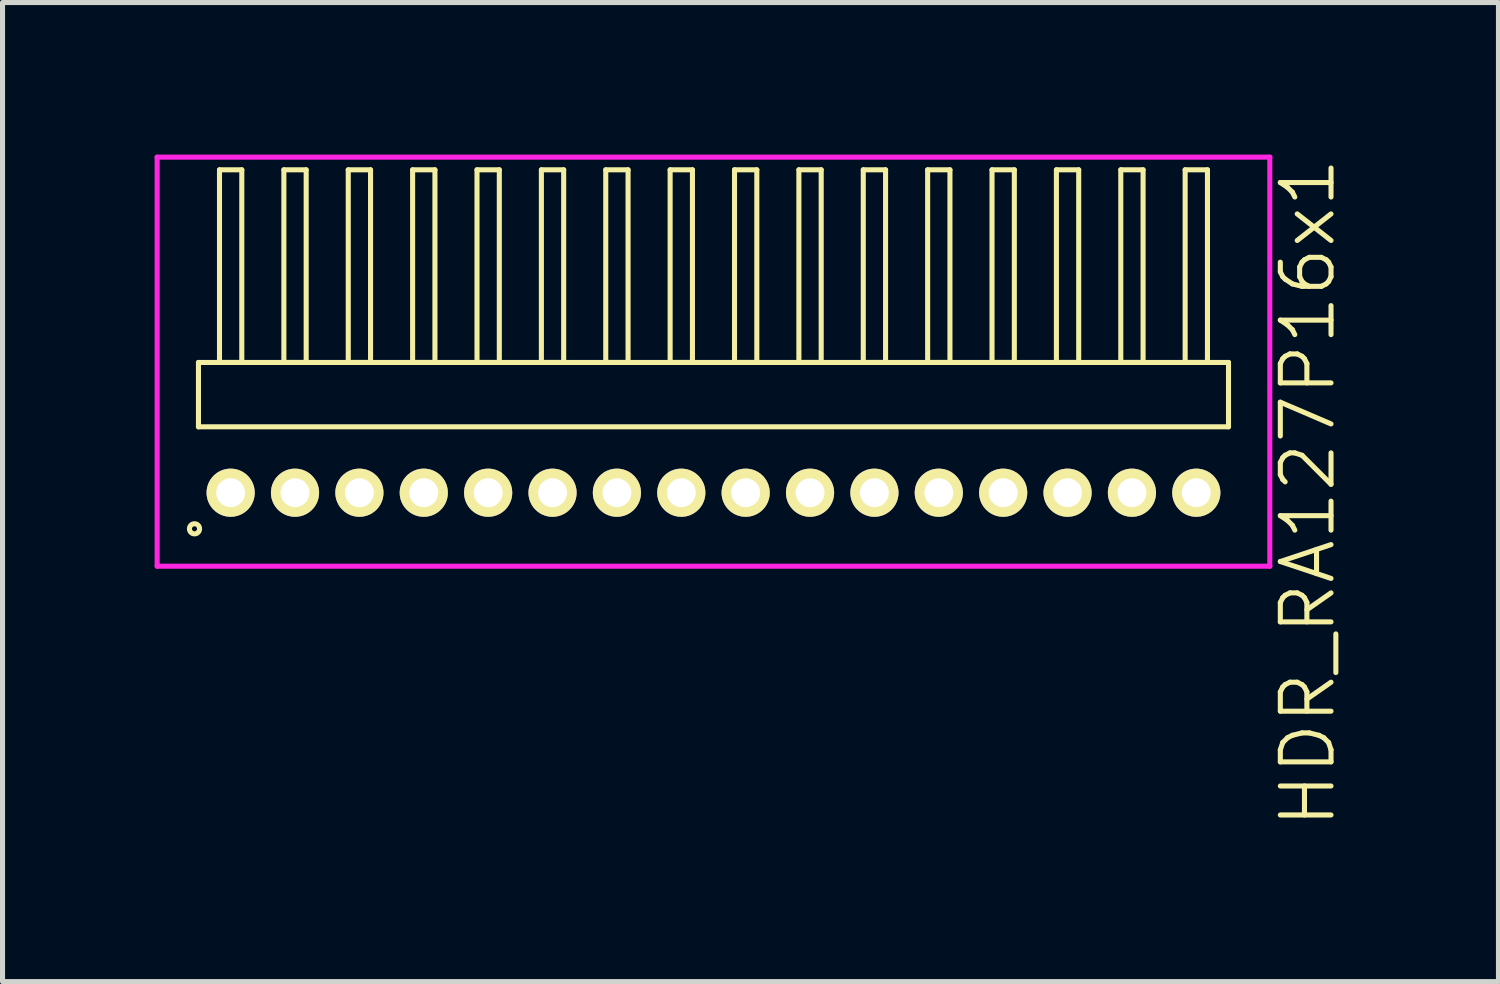
<source format=kicad_pcb>
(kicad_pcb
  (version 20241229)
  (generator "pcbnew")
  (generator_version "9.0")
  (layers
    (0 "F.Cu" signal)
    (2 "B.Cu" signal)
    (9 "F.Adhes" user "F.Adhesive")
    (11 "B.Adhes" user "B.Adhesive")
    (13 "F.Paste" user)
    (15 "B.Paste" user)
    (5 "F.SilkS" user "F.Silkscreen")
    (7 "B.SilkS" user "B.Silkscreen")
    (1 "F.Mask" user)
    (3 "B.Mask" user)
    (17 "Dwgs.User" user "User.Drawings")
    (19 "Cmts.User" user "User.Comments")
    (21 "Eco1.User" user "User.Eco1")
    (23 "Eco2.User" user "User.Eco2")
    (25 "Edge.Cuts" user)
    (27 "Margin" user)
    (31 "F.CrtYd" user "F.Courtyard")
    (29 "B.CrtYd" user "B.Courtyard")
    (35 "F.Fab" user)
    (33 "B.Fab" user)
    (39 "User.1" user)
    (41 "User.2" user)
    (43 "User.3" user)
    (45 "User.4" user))
  (footprint "HDR_RA127P16x1"
    (layer "F.Cu")
    (at 11.025 6.67)
    (property "Reference" "HDR_RA127P16x1" (at 11.725 0 90) (layer "F.SilkS") (effects (font (size 1 1) (thickness 0.1))))
    (attr through_hole)
    (fp_line (start -10.16 -2.57) (end -10.16 -1.3) (stroke (width 0.1) (type solid)) (layer "F.SilkS"))
    (fp_line (start -10.16 -1.3) (end 10.16 -1.3) (stroke (width 0.1) (type solid)) (layer "F.SilkS"))
    (fp_line (start -9.745 -6.37) (end -9.745 -2.57) (stroke (width 0.1) (type solid)) (layer "F.SilkS"))
    (fp_line (start -9.745 -2.57) (end -9.305 -2.57) (stroke (width 0.1) (type solid)) (layer "F.SilkS"))
    (fp_line (start -9.305 -6.37) (end -9.745 -6.37) (stroke (width 0.1) (type solid)) (layer "F.SilkS"))
    (fp_line (start -9.305 -2.57) (end -9.305 -6.37) (stroke (width 0.1) (type solid)) (layer "F.SilkS"))
    (fp_line (start -8.475 -6.37) (end -8.475 -2.57) (stroke (width 0.1) (type solid)) (layer "F.SilkS"))
    (fp_line (start -8.475 -2.57) (end -8.035 -2.57) (stroke (width 0.1) (type solid)) (layer "F.SilkS"))
    (fp_line (start -8.035 -6.37) (end -8.475 -6.37) (stroke (width 0.1) (type solid)) (layer "F.SilkS"))
    (fp_line (start -8.035 -2.57) (end -8.035 -6.37) (stroke (width 0.1) (type solid)) (layer "F.SilkS"))
    (fp_line (start -7.205 -6.37) (end -7.205 -2.57) (stroke (width 0.1) (type solid)) (layer "F.SilkS"))
    (fp_line (start -7.205 -2.57) (end -6.765 -2.57) (stroke (width 0.1) (type solid)) (layer "F.SilkS"))
    (fp_line (start -6.765 -6.37) (end -7.205 -6.37) (stroke (width 0.1) (type solid)) (layer "F.SilkS"))
    (fp_line (start -6.765 -2.57) (end -6.765 -6.37) (stroke (width 0.1) (type solid)) (layer "F.SilkS"))
    (fp_line (start -5.935 -6.37) (end -5.935 -2.57) (stroke (width 0.1) (type solid)) (layer "F.SilkS"))
    (fp_line (start -5.935 -2.57) (end -5.495 -2.57) (stroke (width 0.1) (type solid)) (layer "F.SilkS"))
    (fp_line (start -5.495 -6.37) (end -5.935 -6.37) (stroke (width 0.1) (type solid)) (layer "F.SilkS"))
    (fp_line (start -5.495 -2.57) (end -5.495 -6.37) (stroke (width 0.1) (type solid)) (layer "F.SilkS"))
    (fp_line (start -4.665 -6.37) (end -4.665 -2.57) (stroke (width 0.1) (type solid)) (layer "F.SilkS"))
    (fp_line (start -4.665 -2.57) (end -4.225 -2.57) (stroke (width 0.1) (type solid)) (layer "F.SilkS"))
    (fp_line (start -4.225 -6.37) (end -4.665 -6.37) (stroke (width 0.1) (type solid)) (layer "F.SilkS"))
    (fp_line (start -4.225 -2.57) (end -4.225 -6.37) (stroke (width 0.1) (type solid)) (layer "F.SilkS"))
    (fp_line (start -3.395 -6.37) (end -3.395 -2.57) (stroke (width 0.1) (type solid)) (layer "F.SilkS"))
    (fp_line (start -3.395 -2.57) (end -2.955 -2.57) (stroke (width 0.1) (type solid)) (layer "F.SilkS"))
    (fp_line (start -2.955 -6.37) (end -3.395 -6.37) (stroke (width 0.1) (type solid)) (layer "F.SilkS"))
    (fp_line (start -2.955 -2.57) (end -2.955 -6.37) (stroke (width 0.1) (type solid)) (layer "F.SilkS"))
    (fp_line (start -2.125 -6.37) (end -2.125 -2.57) (stroke (width 0.1) (type solid)) (layer "F.SilkS"))
    (fp_line (start -2.125 -2.57) (end -1.685 -2.57) (stroke (width 0.1) (type solid)) (layer "F.SilkS"))
    (fp_line (start -1.685 -6.37) (end -2.125 -6.37) (stroke (width 0.1) (type solid)) (layer "F.SilkS"))
    (fp_line (start -1.685 -2.57) (end -1.685 -6.37) (stroke (width 0.1) (type solid)) (layer "F.SilkS"))
    (fp_line (start -0.855 -6.37) (end -0.855 -2.57) (stroke (width 0.1) (type solid)) (layer "F.SilkS"))
    (fp_line (start -0.855 -2.57) (end -0.415 -2.57) (stroke (width 0.1) (type solid)) (layer "F.SilkS"))
    (fp_line (start -0.415 -6.37) (end -0.855 -6.37) (stroke (width 0.1) (type solid)) (layer "F.SilkS"))
    (fp_line (start -0.415 -2.57) (end -0.415 -6.37) (stroke (width 0.1) (type solid)) (layer "F.SilkS"))
    (fp_line (start 0.415 -6.37) (end 0.415 -2.57) (stroke (width 0.1) (type solid)) (layer "F.SilkS"))
    (fp_line (start 0.415 -2.57) (end 0.855 -2.57) (stroke (width 0.1) (type solid)) (layer "F.SilkS"))
    (fp_line (start 0.855 -6.37) (end 0.415 -6.37) (stroke (width 0.1) (type solid)) (layer "F.SilkS"))
    (fp_line (start 0.855 -2.57) (end 0.855 -6.37) (stroke (width 0.1) (type solid)) (layer "F.SilkS"))
    (fp_line (start 1.685 -6.37) (end 1.685 -2.57) (stroke (width 0.1) (type solid)) (layer "F.SilkS"))
    (fp_line (start 1.685 -2.57) (end 2.125 -2.57) (stroke (width 0.1) (type solid)) (layer "F.SilkS"))
    (fp_line (start 2.125 -6.37) (end 1.685 -6.37) (stroke (width 0.1) (type solid)) (layer "F.SilkS"))
    (fp_line (start 2.125 -2.57) (end 2.125 -6.37) (stroke (width 0.1) (type solid)) (layer "F.SilkS"))
    (fp_line (start 2.955 -6.37) (end 2.955 -2.57) (stroke (width 0.1) (type solid)) (layer "F.SilkS"))
    (fp_line (start 2.955 -2.57) (end 3.395 -2.57) (stroke (width 0.1) (type solid)) (layer "F.SilkS"))
    (fp_line (start 3.395 -6.37) (end 2.955 -6.37) (stroke (width 0.1) (type solid)) (layer "F.SilkS"))
    (fp_line (start 3.395 -2.57) (end 3.395 -6.37) (stroke (width 0.1) (type solid)) (layer "F.SilkS"))
    (fp_line (start 4.225 -6.37) (end 4.225 -2.57) (stroke (width 0.1) (type solid)) (layer "F.SilkS"))
    (fp_line (start 4.225 -2.57) (end 4.665 -2.57) (stroke (width 0.1) (type solid)) (layer "F.SilkS"))
    (fp_line (start 4.665 -6.37) (end 4.225 -6.37) (stroke (width 0.1) (type solid)) (layer "F.SilkS"))
    (fp_line (start 4.665 -2.57) (end 4.665 -6.37) (stroke (width 0.1) (type solid)) (layer "F.SilkS"))
    (fp_line (start 5.495 -6.37) (end 5.495 -2.57) (stroke (width 0.1) (type solid)) (layer "F.SilkS"))
    (fp_line (start 5.495 -2.57) (end 5.935 -2.57) (stroke (width 0.1) (type solid)) (layer "F.SilkS"))
    (fp_line (start 5.935 -6.37) (end 5.495 -6.37) (stroke (width 0.1) (type solid)) (layer "F.SilkS"))
    (fp_line (start 5.935 -2.57) (end 5.935 -6.37) (stroke (width 0.1) (type solid)) (layer "F.SilkS"))
    (fp_line (start 6.765 -6.37) (end 6.765 -2.57) (stroke (width 0.1) (type solid)) (layer "F.SilkS"))
    (fp_line (start 6.765 -2.57) (end 7.205 -2.57) (stroke (width 0.1) (type solid)) (layer "F.SilkS"))
    (fp_line (start 7.205 -6.37) (end 6.765 -6.37) (stroke (width 0.1) (type solid)) (layer "F.SilkS"))
    (fp_line (start 7.205 -2.57) (end 7.205 -6.37) (stroke (width 0.1) (type solid)) (layer "F.SilkS"))
    (fp_line (start 8.035 -6.37) (end 8.035 -2.57) (stroke (width 0.1) (type solid)) (layer "F.SilkS"))
    (fp_line (start 8.035 -2.57) (end 8.475 -2.57) (stroke (width 0.1) (type solid)) (layer "F.SilkS"))
    (fp_line (start 8.475 -6.37) (end 8.035 -6.37) (stroke (width 0.1) (type solid)) (layer "F.SilkS"))
    (fp_line (start 8.475 -2.57) (end 8.475 -6.37) (stroke (width 0.1) (type solid)) (layer "F.SilkS"))
    (fp_line (start 9.305 -6.37) (end 9.305 -2.57) (stroke (width 0.1) (type solid)) (layer "F.SilkS"))
    (fp_line (start 9.305 -2.57) (end 9.745 -2.57) (stroke (width 0.1) (type solid)) (layer "F.SilkS"))
    (fp_line (start 9.745 -6.37) (end 9.305 -6.37) (stroke (width 0.1) (type solid)) (layer "F.SilkS"))
    (fp_line (start 9.745 -2.57) (end 9.745 -6.37) (stroke (width 0.1) (type solid)) (layer "F.SilkS"))
    (fp_line (start 10.16 -2.57) (end -10.16 -2.57) (stroke (width 0.1) (type solid)) (layer "F.SilkS"))
    (fp_line (start 10.16 -1.3) (end 10.16 -2.57) (stroke (width 0.1) (type solid)) (layer "F.SilkS"))
    (fp_circle (center -10.238 0.712) (end -10.138 0.712) (stroke (width 0.1) (type solid)) (fill no) (layer "F.SilkS"))
    (fp_line (start -10.975 -6.62) (end -10.975 1.45) (stroke (width 0.1) (type solid)) (layer "F.CrtYd"))
    (fp_line (start -10.975 1.45) (end 10.975 1.45) (stroke (width 0.1) (type solid)) (layer "F.CrtYd"))
    (fp_line (start 10.975 -6.62) (end -10.975 -6.62) (stroke (width 0.1) (type solid)) (layer "F.CrtYd"))
    (fp_line (start 10.975 1.45) (end 10.975 -6.62) (stroke (width 0.1) (type solid)) (layer "F.CrtYd"))
    (pad "1" thru_hole oval (at -9.525 0) (size 0.95 0.95) (drill 0.57) (layers "*.Cu" "*.Mask" "F.SilkS"))
    (pad "2" thru_hole oval (at -8.255 0) (size 0.95 0.95) (drill 0.57) (layers "*.Cu" "*.Mask" "F.SilkS"))
    (pad "3" thru_hole oval (at -6.985 0) (size 0.95 0.95) (drill 0.57) (layers "*.Cu" "*.Mask" "F.SilkS"))
    (pad "4" thru_hole oval (at -5.715 0) (size 0.95 0.95) (drill 0.57) (layers "*.Cu" "*.Mask" "F.SilkS"))
    (pad "5" thru_hole oval (at -4.445 0) (size 0.95 0.95) (drill 0.57) (layers "*.Cu" "*.Mask" "F.SilkS"))
    (pad "6" thru_hole oval (at -3.175 0) (size 0.95 0.95) (drill 0.57) (layers "*.Cu" "*.Mask" "F.SilkS"))
    (pad "7" thru_hole oval (at -1.905 0) (size 0.95 0.95) (drill 0.57) (layers "*.Cu" "*.Mask" "F.SilkS"))
    (pad "8" thru_hole oval (at -0.635 0) (size 0.95 0.95) (drill 0.57) (layers "*.Cu" "*.Mask" "F.SilkS"))
    (pad "9" thru_hole oval (at 0.635 0) (size 0.95 0.95) (drill 0.57) (layers "*.Cu" "*.Mask" "F.SilkS"))
    (pad "10" thru_hole oval (at 1.905 0) (size 0.95 0.95) (drill 0.57) (layers "*.Cu" "*.Mask" "F.SilkS"))
    (pad "11" thru_hole oval (at 3.175 0) (size 0.95 0.95) (drill 0.57) (layers "*.Cu" "*.Mask" "F.SilkS"))
    (pad "12" thru_hole oval (at 4.445 0) (size 0.95 0.95) (drill 0.57) (layers "*.Cu" "*.Mask" "F.SilkS"))
    (pad "13" thru_hole oval (at 5.715 0) (size 0.95 0.95) (drill 0.57) (layers "*.Cu" "*.Mask" "F.SilkS"))
    (pad "14" thru_hole oval (at 6.985 0) (size 0.95 0.95) (drill 0.57) (layers "*.Cu" "*.Mask" "F.SilkS"))
    (pad "15" thru_hole oval (at 8.255 0) (size 0.95 0.95) (drill 0.57) (layers "*.Cu" "*.Mask" "F.SilkS"))
    (pad "16" thru_hole oval (at 9.525 0) (size 0.95 0.95) (drill 0.57) (layers "*.Cu" "*.Mask" "F.SilkS")))
  (gr_rect
    (start -3 -3)
    (end 26.511 16.315)
    (stroke (width 0.1) (type default))
    (fill no)
    (layer "Edge.Cuts")))
</source>
